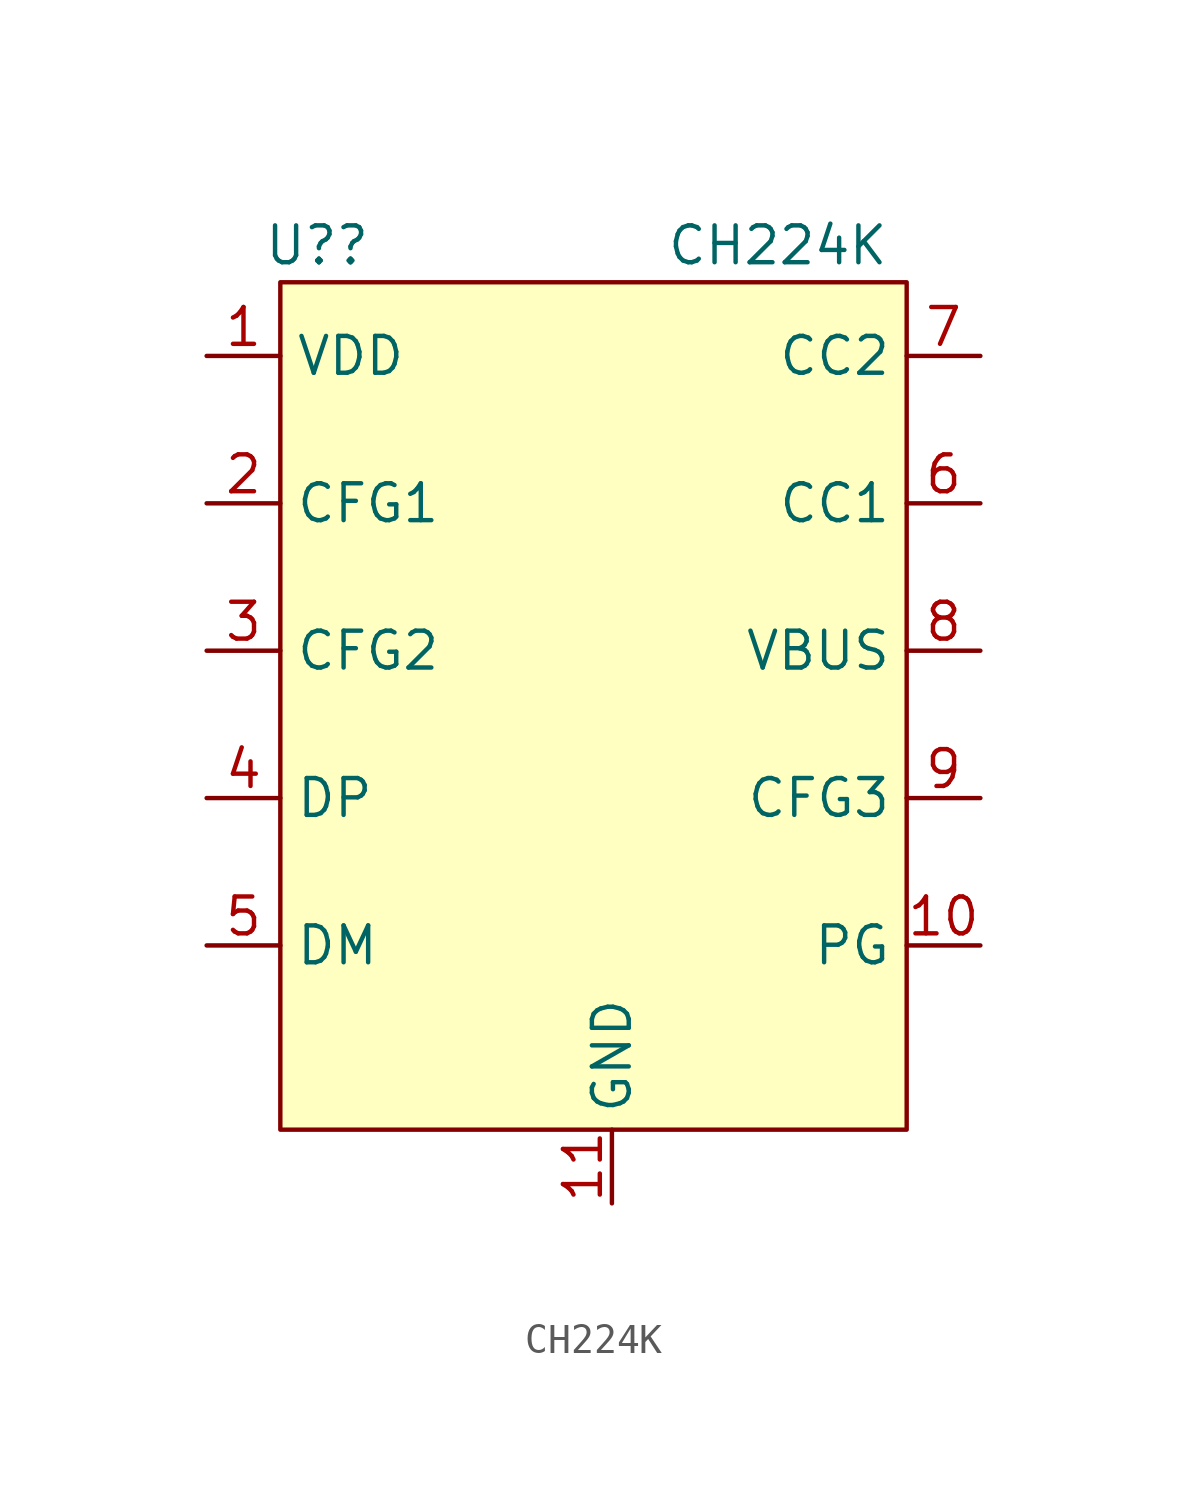
<source format=kicad_sym>
(kicad_symbol_lib
  (version 20220914)
  (generator kicad_symbol_editor)
  (symbol "CH224K"
    (property "Reference" "U?"
      (at -10.16 16.51 0)
      (effects (font (size 1.27 1.27))))
    (property "Value" "CH224K"
      (at 5.715 16.51 0)
      (effects (font (size 1.27 1.27))))
    (symbol "CH224K_0_1"
      (rectangle (start -11.43 15.24) (end 10.16 -13.97) (stroke (width 0.152) (type default)) (fill (type background))))
    (symbol "CH224K_1_1"
      (pin input line (at -13.97 12.7 0) (length 2.54) (name "VDD" (effects (font (size 1.27 1.27)))) (number "1" (effects (font (size 1.27 1.27)))))
      (pin open_collector line (at 12.7 -7.62 180) (length 2.54) (name "PG" (effects (font (size 1.27 1.27)))) (number "10" (effects (font (size 1.27 1.27)))))
      (pin input line (at 0 -16.51 90) (length 2.54) (name "GND" (effects (font (size 1.27 1.27)))) (number "11" (effects (font (size 1.27 1.27)))))
      (pin input line (at -13.97 7.62 0) (length 2.54) (name "CFG1" (effects (font (size 1.27 1.27)))) (number "2" (effects (font (size 1.27 1.27)))))
      (pin input line (at -13.97 2.54 0) (length 2.54) (name "CFG2" (effects (font (size 1.27 1.27)))) (number "3" (effects (font (size 1.27 1.27)))))
      (pin bidirectional line (at -13.97 -2.54 0) (length 2.54) (name "DP" (effects (font (size 1.27 1.27)))) (number "4" (effects (font (size 1.27 1.27)))))
      (pin bidirectional line (at -13.97 -7.62 0) (length 2.54) (name "DM" (effects (font (size 1.27 1.27)))) (number "5" (effects (font (size 1.27 1.27)))))
      (pin bidirectional line (at 12.7 7.62 180) (length 2.54) (name "CC1" (effects (font (size 1.27 1.27)))) (number "6" (effects (font (size 1.27 1.27)))))
      (pin bidirectional line (at 12.7 12.7 180) (length 2.54) (name "CC2" (effects (font (size 1.27 1.27)))) (number "7" (effects (font (size 1.27 1.27)))))
      (pin input line (at 12.7 2.54 180) (length 2.54) (name "VBUS" (effects (font (size 1.27 1.27)))) (number "8" (effects (font (size 1.27 1.27)))))
      (pin input line (at 12.7 -2.54 180) (length 2.54) (name "CFG3" (effects (font (size 1.27 1.27)))) (number "9" (effects (font (size 1.27 1.27))))))))
</source>
